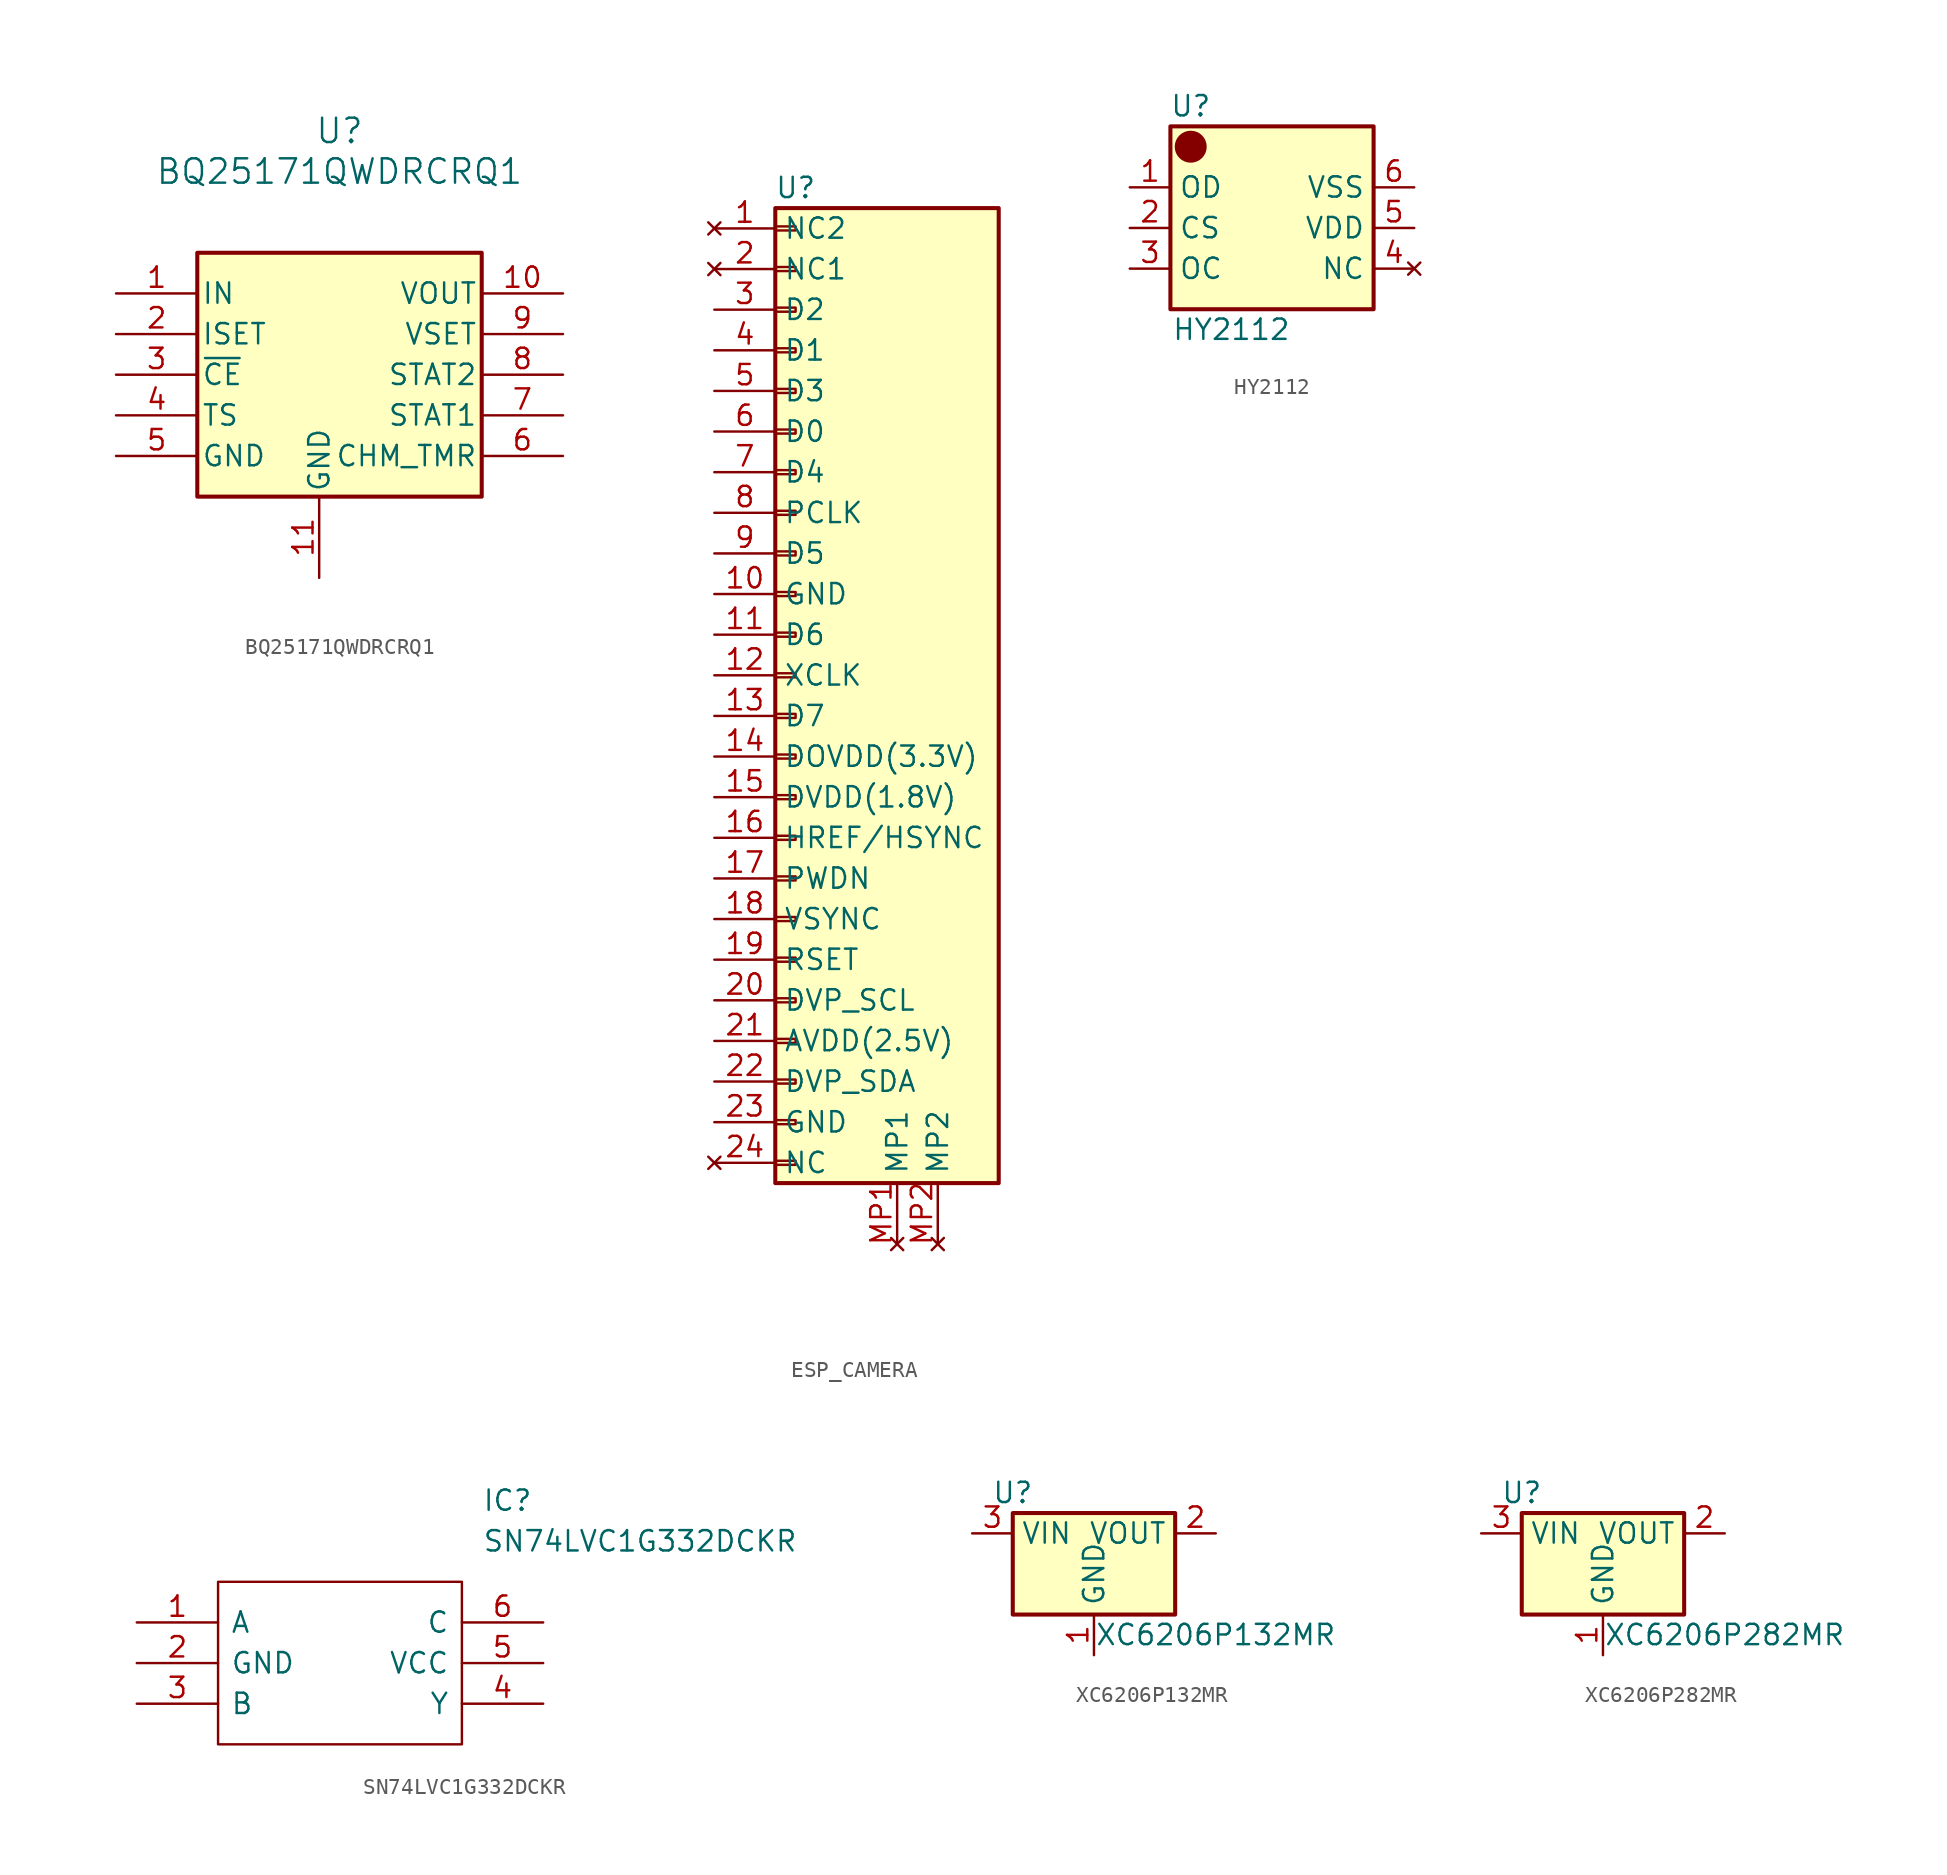
<source format=kicad_sym>
(kicad_symbol_lib
  (version 20220914)
  (generator kicad_symbol_editor)
  (symbol "BQ25171QWDRCRQ1"
    (pin_names
      (offset 0.254))
    (property "Reference" "U"
      (at 0 15.24 0)
      (effects (font (size 1.524 1.524))))
    (property "Value" "BQ25171QWDRCRQ1"
      (at 0 12.7 0)
      (effects (font (size 1.524 1.524))))
    (symbol "BQ25171QWDRCRQ1_0_1"
      (rectangle (start -8.89 7.62) (end 8.89 -7.62) (stroke (width 0.254) (type default)) (fill (type background))))
    (symbol "BQ25171QWDRCRQ1_1_1"
      (pin passive line (at -13.97 5.08 0) (length 5.08) (name "IN" (effects (font (size 1.27 1.27)))) (number "1" (effects (font (size 1.27 1.27)))))
      (pin passive line (at 13.97 5.08 180) (length 5.08) (name "VOUT" (effects (font (size 1.27 1.27)))) (number "10" (effects (font (size 1.27 1.27)))))
      (pin passive line (at -1.27 -12.7 90) (length 5.08) (name "GND" (effects (font (size 1.27 1.27)))) (number "11" (effects (font (size 1.27 1.27)))))
      (pin input line (at -13.97 2.54 0) (length 5.08) (name "ISET" (effects (font (size 1.27 1.27)))) (number "2" (effects (font (size 1.27 1.27)))))
      (pin input line (at -13.97 0 0) (length 5.08) (name "~{CE}" (effects (font (size 1.27 1.27)))) (number "3" (effects (font (size 1.27 1.27)))))
      (pin input line (at -13.97 -2.54 0) (length 5.08) (name "TS" (effects (font (size 1.27 1.27)))) (number "4" (effects (font (size 1.27 1.27)))))
      (pin passive line (at -13.97 -5.08 0) (length 5.08) (name "GND" (effects (font (size 1.27 1.27)))) (number "5" (effects (font (size 1.27 1.27)))))
      (pin input line (at 13.97 -5.08 180) (length 5.08) (name "CHM_TMR" (effects (font (size 1.27 1.27)))) (number "6" (effects (font (size 1.27 1.27)))))
      (pin output line (at 13.97 -2.54 180) (length 5.08) (name "STAT1" (effects (font (size 1.27 1.27)))) (number "7" (effects (font (size 1.27 1.27)))))
      (pin output line (at 13.97 0 180) (length 5.08) (name "STAT2" (effects (font (size 1.27 1.27)))) (number "8" (effects (font (size 1.27 1.27)))))
      (pin input line (at 13.97 2.54 180) (length 5.08) (name "VSET" (effects (font (size 1.27 1.27)))) (number "9" (effects (font (size 1.27 1.27)))))))
  (symbol "ESP_CAMERA"
    (property "Reference" "U"
      (at -6.35 30.48 0)
      (effects (font (size 1.27 1.27))))
    (property "Value" ""
      (at 0 0 0)
      (effects (font (size 1.27 1.27))))
    (symbol "ESP_CAMERA_1_1"
      (rectangle (start -7.62 29.21) (end 6.35 -31.75) (stroke (width 0.254) (type default)) (fill (type background)))
      (rectangle (start -6.35 -30.353) (end -7.62 -30.607) (stroke (width 0.152) (type default)) (fill (type none)))
      (rectangle (start -6.35 -27.813) (end -7.62 -28.067) (stroke (width 0.152) (type default)) (fill (type none)))
      (rectangle (start -6.35 -25.273) (end -7.62 -25.527) (stroke (width 0.152) (type default)) (fill (type none)))
      (rectangle (start -6.35 -22.733) (end -7.62 -22.987) (stroke (width 0.152) (type default)) (fill (type none)))
      (rectangle (start -6.35 -20.193) (end -7.62 -20.447) (stroke (width 0.152) (type default)) (fill (type none)))
      (rectangle (start -6.35 -17.653) (end -7.62 -17.907) (stroke (width 0.152) (type default)) (fill (type none)))
      (rectangle (start -6.35 -15.113) (end -7.62 -15.367) (stroke (width 0.152) (type default)) (fill (type none)))
      (rectangle (start -6.35 -12.573) (end -7.62 -12.827) (stroke (width 0.152) (type default)) (fill (type none)))
      (rectangle (start -6.35 -10.033) (end -7.62 -10.287) (stroke (width 0.152) (type default)) (fill (type none)))
      (rectangle (start -6.35 -7.493) (end -7.62 -7.747) (stroke (width 0.152) (type default)) (fill (type none)))
      (rectangle (start -6.35 -4.953) (end -7.62 -5.207) (stroke (width 0.152) (type default)) (fill (type none)))
      (rectangle (start -6.35 -2.413) (end -7.62 -2.667) (stroke (width 0.152) (type default)) (fill (type none)))
      (rectangle (start -6.35 0.127) (end -7.62 -0.127) (stroke (width 0.152) (type default)) (fill (type none)))
      (rectangle (start -6.35 2.667) (end -7.62 2.413) (stroke (width 0.152) (type default)) (fill (type none)))
      (rectangle (start -6.35 5.207) (end -7.62 4.953) (stroke (width 0.152) (type default)) (fill (type none)))
      (rectangle (start -6.35 7.747) (end -7.62 7.493) (stroke (width 0.152) (type default)) (fill (type none)))
      (rectangle (start -6.35 10.287) (end -7.62 10.033) (stroke (width 0.152) (type default)) (fill (type none)))
      (rectangle (start -6.35 12.827) (end -7.62 12.573) (stroke (width 0.152) (type default)) (fill (type none)))
      (rectangle (start -6.35 15.367) (end -7.62 15.113) (stroke (width 0.152) (type default)) (fill (type none)))
      (rectangle (start -6.35 17.907) (end -7.62 17.653) (stroke (width 0.152) (type default)) (fill (type none)))
      (rectangle (start -6.35 20.447) (end -7.62 20.193) (stroke (width 0.152) (type default)) (fill (type none)))
      (rectangle (start -6.35 22.987) (end -7.62 22.733) (stroke (width 0.152) (type default)) (fill (type none)))
      (rectangle (start -6.35 25.527) (end -7.62 25.273) (stroke (width 0.152) (type default)) (fill (type none)))
      (rectangle (start -6.35 28.067) (end -7.62 27.813) (stroke (width 0.152) (type default)) (fill (type none)))
      (pin no_connect line (at -11.43 27.94 0) (length 3.81) (name "NC2" (effects (font (size 1.27 1.27)))) (number "1" (effects (font (size 1.27 1.27)))))
      (pin passive line (at -11.43 5.08 0) (length 3.81) (name "GND" (effects (font (size 1.27 1.27)))) (number "10" (effects (font (size 1.27 1.27)))))
      (pin passive line (at -11.43 2.54 0) (length 3.81) (name "D6" (effects (font (size 1.27 1.27)))) (number "11" (effects (font (size 1.27 1.27)))))
      (pin passive line (at -11.43 0 0) (length 3.81) (name "XCLK" (effects (font (size 1.27 1.27)))) (number "12" (effects (font (size 1.27 1.27)))))
      (pin passive line (at -11.43 -2.54 0) (length 3.81) (name "D7" (effects (font (size 1.27 1.27)))) (number "13" (effects (font (size 1.27 1.27)))))
      (pin passive line (at -11.43 -5.08 0) (length 3.81) (name "DOVDD(3.3V)" (effects (font (size 1.27 1.27)))) (number "14" (effects (font (size 1.27 1.27)))))
      (pin passive line (at -11.43 -7.62 0) (length 3.81) (name "DVDD(1.8V)" (effects (font (size 1.27 1.27)))) (number "15" (effects (font (size 1.27 1.27)))))
      (pin passive line (at -11.43 -10.16 0) (length 3.81) (name "HREF/HSYNC" (effects (font (size 1.27 1.27)))) (number "16" (effects (font (size 1.27 1.27)))))
      (pin passive line (at -11.43 -12.7 0) (length 3.81) (name "PWDN" (effects (font (size 1.27 1.27)))) (number "17" (effects (font (size 1.27 1.27)))))
      (pin passive line (at -11.43 -15.24 0) (length 3.81) (name "VSYNC" (effects (font (size 1.27 1.27)))) (number "18" (effects (font (size 1.27 1.27)))))
      (pin passive line (at -11.43 -17.78 0) (length 3.81) (name "RSET" (effects (font (size 1.27 1.27)))) (number "19" (effects (font (size 1.27 1.27)))))
      (pin no_connect line (at -11.43 25.4 0) (length 3.81) (name "NC1" (effects (font (size 1.27 1.27)))) (number "2" (effects (font (size 1.27 1.27)))))
      (pin passive line (at -11.43 -20.32 0) (length 3.81) (name "DVP_SCL" (effects (font (size 1.27 1.27)))) (number "20" (effects (font (size 1.27 1.27)))))
      (pin passive line (at -11.43 -22.86 0) (length 3.81) (name "AVDD(2.5V)" (effects (font (size 1.27 1.27)))) (number "21" (effects (font (size 1.27 1.27)))))
      (pin passive line (at -11.43 -25.4 0) (length 3.81) (name "DVP_SDA" (effects (font (size 1.27 1.27)))) (number "22" (effects (font (size 1.27 1.27)))))
      (pin passive line (at -11.43 -27.94 0) (length 3.81) (name "GND" (effects (font (size 1.27 1.27)))) (number "23" (effects (font (size 1.27 1.27)))))
      (pin no_connect line (at -11.43 -30.48 0) (length 3.81) (name "NC" (effects (font (size 1.27 1.27)))) (number "24" (effects (font (size 1.27 1.27)))))
      (pin passive line (at -11.43 22.86 0) (length 3.81) (name "D2" (effects (font (size 1.27 1.27)))) (number "3" (effects (font (size 1.27 1.27)))))
      (pin passive line (at -11.43 20.32 0) (length 3.81) (name "D1" (effects (font (size 1.27 1.27)))) (number "4" (effects (font (size 1.27 1.27)))))
      (pin passive line (at -11.43 17.78 0) (length 3.81) (name "D3" (effects (font (size 1.27 1.27)))) (number "5" (effects (font (size 1.27 1.27)))))
      (pin passive line (at -11.43 15.24 0) (length 3.81) (name "D0" (effects (font (size 1.27 1.27)))) (number "6" (effects (font (size 1.27 1.27)))))
      (pin passive line (at -11.43 12.7 0) (length 3.81) (name "D4" (effects (font (size 1.27 1.27)))) (number "7" (effects (font (size 1.27 1.27)))))
      (pin passive line (at -11.43 10.16 0) (length 3.81) (name "PCLK" (effects (font (size 1.27 1.27)))) (number "8" (effects (font (size 1.27 1.27)))))
      (pin passive line (at -11.43 7.62 0) (length 3.81) (name "D5" (effects (font (size 1.27 1.27)))) (number "9" (effects (font (size 1.27 1.27)))))
      (pin no_connect line (at 0 -35.56 90) (length 3.81) (name "MP1" (effects (font (size 1.27 1.27)))) (number "MP1" (effects (font (size 1.27 1.27)))))
      (pin no_connect line (at 2.54 -35.56 90) (length 3.81) (name "MP2" (effects (font (size 1.27 1.27)))) (number "MP2" (effects (font (size 1.27 1.27)))))))
  (symbol "HY2112"
    (property "Reference" "U"
      (at -5.08 7.62 0)
      (effects (font (size 1.27 1.27))))
    (property "Value" "HY2112"
      (at -2.54 -6.35 0)
      (effects (font (size 1.27 1.27))))
    (symbol "HY2112_0_1"
      (rectangle (start -6.35 6.35) (end 6.35 -5.08) (stroke (width 0.254) (type default)) (fill (type background)))
      (circle (center -5.08 5.08) (radius 0.0001) (stroke (width 1) (type default)) (fill (type none))))
    (symbol "HY2112_1_1"
      (pin passive line (at -8.89 2.54 0) (length 2.54) (name "OD" (effects (font (size 1.27 1.27)))) (number "1" (effects (font (size 1.27 1.27)))))
      (pin passive line (at -8.89 0 0) (length 2.54) (name "CS" (effects (font (size 1.27 1.27)))) (number "2" (effects (font (size 1.27 1.27)))))
      (pin passive line (at -8.89 -2.54 0) (length 2.54) (name "OC" (effects (font (size 1.27 1.27)))) (number "3" (effects (font (size 1.27 1.27)))))
      (pin no_connect line (at 8.89 -2.54 180) (length 2.54) (name "NC" (effects (font (size 1.27 1.27)))) (number "4" (effects (font (size 1.27 1.27)))))
      (pin passive line (at 8.89 0 180) (length 2.54) (name "VDD" (effects (font (size 1.27 1.27)))) (number "5" (effects (font (size 1.27 1.27)))))
      (pin passive line (at 8.89 2.54 180) (length 2.54) (name "VSS" (effects (font (size 1.27 1.27)))) (number "6" (effects (font (size 1.27 1.27)))))))
  (symbol "SN74LVC1G332DCKR"
    (pin_names
      (offset 0.762))
    (property "Reference" "IC"
      (at 21.59 7.62 0)
      (effects (font (size 1.27 1.27)) (justify left)))
    (property "Value" "SN74LVC1G332DCKR"
      (at 21.59 5.08 0)
      (effects (font (size 1.27 1.27)) (justify left)))
    (symbol "SN74LVC1G332DCKR_0_0"
      (pin passive line (at 0 0 0) (length 5.08) (name "A" (effects (font (size 1.27 1.27)))) (number "1" (effects (font (size 1.27 1.27)))))
      (pin passive line (at 0 -2.54 0) (length 5.08) (name "GND" (effects (font (size 1.27 1.27)))) (number "2" (effects (font (size 1.27 1.27)))))
      (pin passive line (at 0 -5.08 0) (length 5.08) (name "B" (effects (font (size 1.27 1.27)))) (number "3" (effects (font (size 1.27 1.27)))))
      (pin passive line (at 25.4 -5.08 180) (length 5.08) (name "Y" (effects (font (size 1.27 1.27)))) (number "4" (effects (font (size 1.27 1.27)))))
      (pin passive line (at 25.4 -2.54 180) (length 5.08) (name "VCC" (effects (font (size 1.27 1.27)))) (number "5" (effects (font (size 1.27 1.27)))))
      (pin passive line (at 25.4 0 180) (length 5.08) (name "C" (effects (font (size 1.27 1.27)))) (number "6" (effects (font (size 1.27 1.27))))))
    (symbol "SN74LVC1G332DCKR_0_1"
      (polyline (pts (xy 5.08 2.54) (xy 20.32 2.54) (xy 20.32 -7.62) (xy 5.08 -7.62) (xy 5.08 2.54)) (stroke (width 0.152) (type solid)) (fill (type none)))))
  (symbol "XC6206P132MR"
    (property "Reference" "U"
      (at -5.08 2.54 0)
      (effects (font (size 1.27 1.27))))
    (property "Value" "XC6206P132MR"
      (at 7.62 -6.35 0)
      (effects (font (size 1.27 1.27))))
    (symbol "XC6206P132MR_0_1"
      (rectangle (start -5.08 1.27) (end 5.08 -5.08) (stroke (width 0.254) (type default)) (fill (type background))))
    (symbol "XC6206P132MR_1_1"
      (pin passive line (at 0 -7.62 90) (length 2.54) (name "GND" (effects (font (size 1.27 1.27)))) (number "1" (effects (font (size 1.27 1.27)))))
      (pin passive line (at 7.62 0 180) (length 2.54) (name "VOUT" (effects (font (size 1.27 1.27)))) (number "2" (effects (font (size 1.27 1.27)))))
      (pin passive line (at -7.62 0 0) (length 2.54) (name "VIN" (effects (font (size 1.27 1.27)))) (number "3" (effects (font (size 1.27 1.27)))))))
  (symbol "XC6206P282MR"
    (property "Reference" "U"
      (at -5.08 2.54 0)
      (effects (font (size 1.27 1.27))))
    (property "Value" "XC6206P282MR"
      (at 7.62 -6.35 0)
      (effects (font (size 1.27 1.27))))
    (symbol "XC6206P282MR_0_1"
      (rectangle (start -5.08 1.27) (end 5.08 -5.08) (stroke (width 0.254) (type default)) (fill (type background))))
    (symbol "XC6206P282MR_1_1"
      (pin passive line (at 0 -7.62 90) (length 2.54) (name "GND" (effects (font (size 1.27 1.27)))) (number "1" (effects (font (size 1.27 1.27)))))
      (pin passive line (at 7.62 0 180) (length 2.54) (name "VOUT" (effects (font (size 1.27 1.27)))) (number "2" (effects (font (size 1.27 1.27)))))
      (pin passive line (at -7.62 0 0) (length 2.54) (name "VIN" (effects (font (size 1.27 1.27)))) (number "3" (effects (font (size 1.27 1.27))))))))
</source>
